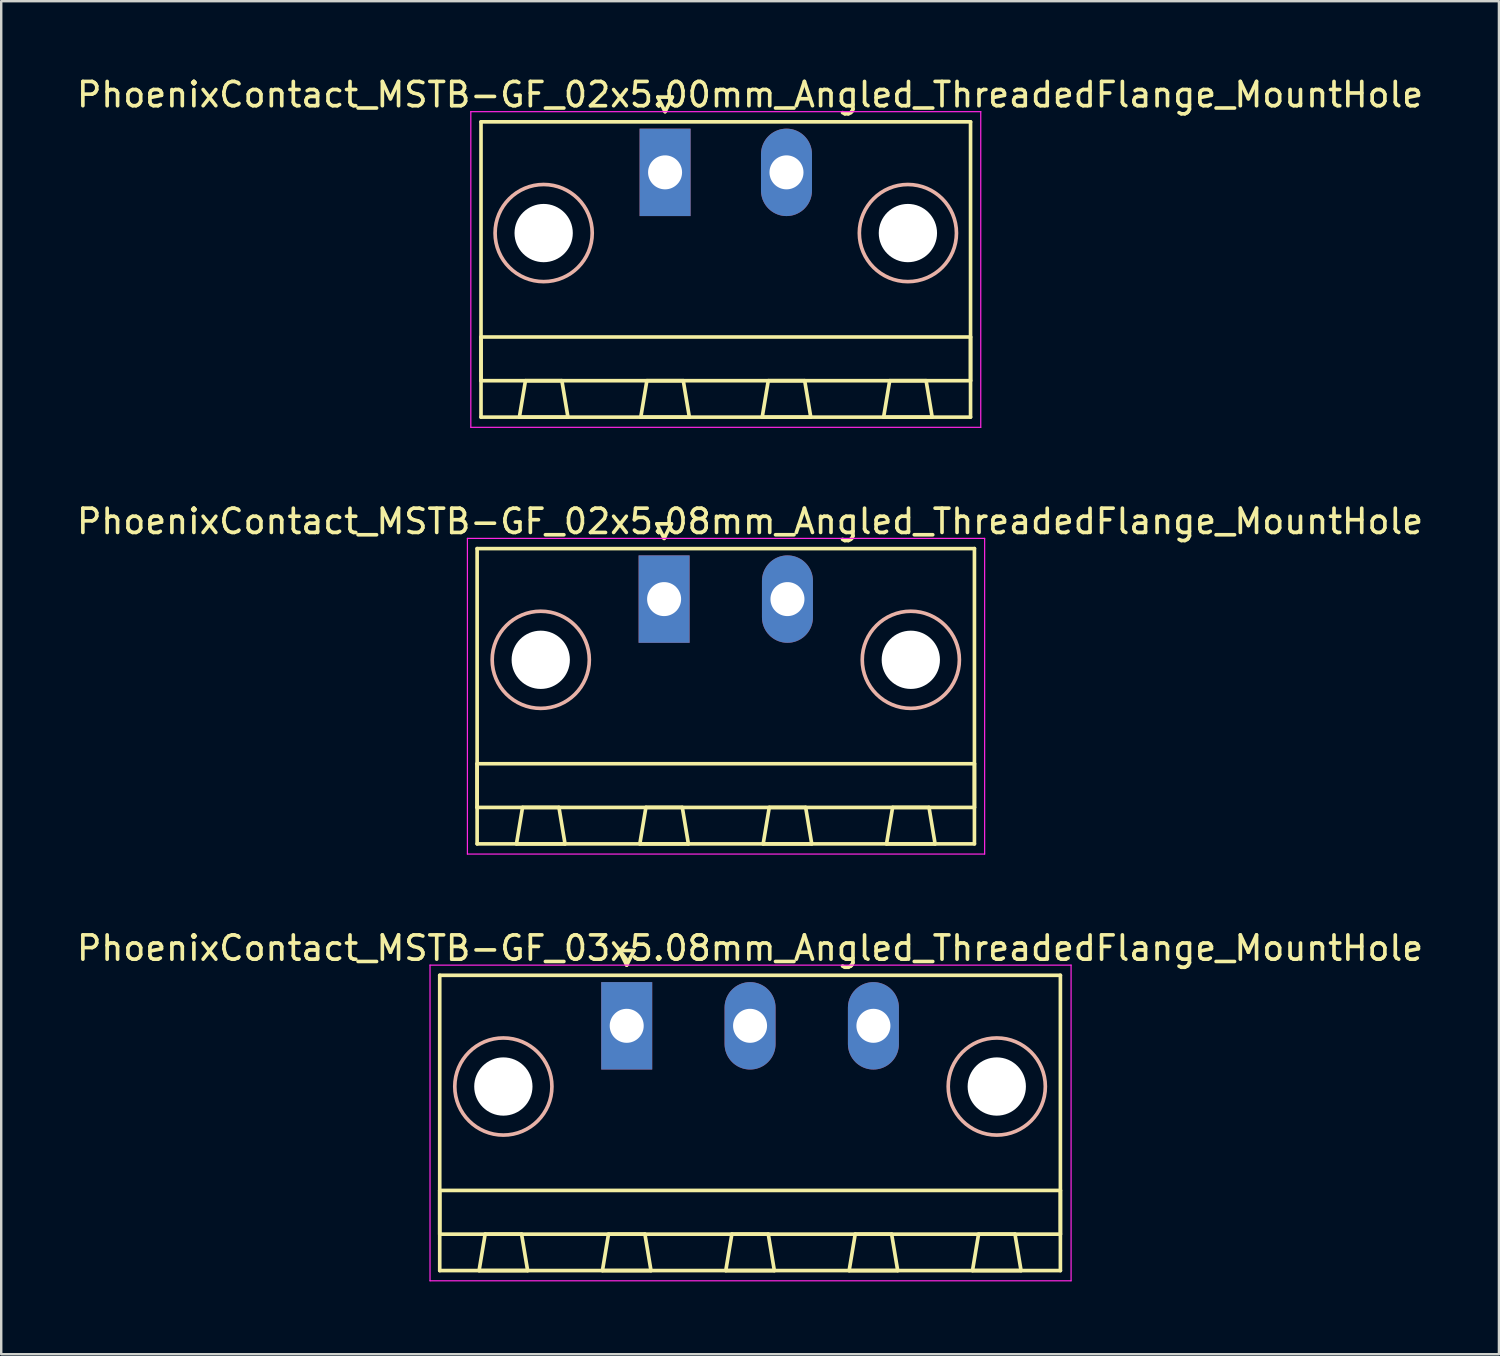
<source format=kicad_pcb>
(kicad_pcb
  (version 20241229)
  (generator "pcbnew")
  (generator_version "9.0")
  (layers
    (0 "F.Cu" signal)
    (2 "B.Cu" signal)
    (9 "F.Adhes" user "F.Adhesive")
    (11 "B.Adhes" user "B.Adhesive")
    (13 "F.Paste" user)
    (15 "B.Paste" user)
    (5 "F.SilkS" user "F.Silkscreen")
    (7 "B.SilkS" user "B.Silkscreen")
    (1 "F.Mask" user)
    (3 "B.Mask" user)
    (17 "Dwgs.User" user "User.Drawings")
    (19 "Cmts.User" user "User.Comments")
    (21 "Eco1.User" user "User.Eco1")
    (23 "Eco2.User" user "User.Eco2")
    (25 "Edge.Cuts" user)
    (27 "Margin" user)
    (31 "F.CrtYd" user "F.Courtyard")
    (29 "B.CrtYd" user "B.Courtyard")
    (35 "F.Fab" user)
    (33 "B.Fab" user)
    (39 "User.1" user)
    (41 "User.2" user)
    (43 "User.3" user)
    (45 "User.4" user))
  (footprint "PhoenixContact_MSTB-GF_02x5.08mm_Angled_ThreadedFlange_MountHole"
    (layer "F.Cu")
    (at 24.299 21.622)
    (property "Reference" "PhoenixContact_MSTB-GF_02x5.08mm_Angled_ThreadedFlange_MountHole" (at 3.54 -3.2 0) (layer "F.SilkS") (effects (font (size 1 1) (thickness 0.15))))
    (attr through_hole)
    (fp_line (start -7.7 -2.08) (end -7.7 10.08) (stroke (width 0.15) (type solid)) (layer "F.SilkS"))
    (fp_line (start -7.7 6.78) (end 12.78 6.78) (stroke (width 0.15) (type solid)) (layer "F.SilkS"))
    (fp_line (start -7.7 8.58) (end -7.7 6.78) (stroke (width 0.15) (type solid)) (layer "F.SilkS"))
    (fp_line (start -7.7 10.08) (end 12.78 10.08) (stroke (width 0.15) (type solid)) (layer "F.SilkS"))
    (fp_line (start -6.08 10.08) (end -4.08 10.08) (stroke (width 0.15) (type solid)) (layer "F.SilkS"))
    (fp_line (start -5.83 8.58) (end -6.08 10.08) (stroke (width 0.15) (type solid)) (layer "F.SilkS"))
    (fp_line (start -4.33 8.58) (end -5.83 8.58) (stroke (width 0.15) (type solid)) (layer "F.SilkS"))
    (fp_line (start -4.08 10.08) (end -4.33 8.58) (stroke (width 0.15) (type solid)) (layer "F.SilkS"))
    (fp_line (start -1 10.08) (end 1 10.08) (stroke (width 0.15) (type solid)) (layer "F.SilkS"))
    (fp_line (start -0.75 8.58) (end -1 10.08) (stroke (width 0.15) (type solid)) (layer "F.SilkS"))
    (fp_line (start -0.3 -3.1) (end 0 -2.5) (stroke (width 0.15) (type solid)) (layer "F.SilkS"))
    (fp_line (start 0 -2.5) (end 0.3 -3.1) (stroke (width 0.15) (type solid)) (layer "F.SilkS"))
    (fp_line (start 0.3 -3.1) (end -0.3 -3.1) (stroke (width 0.15) (type solid)) (layer "F.SilkS"))
    (fp_line (start 0.75 8.58) (end -0.75 8.58) (stroke (width 0.15) (type solid)) (layer "F.SilkS"))
    (fp_line (start 1 10.08) (end 0.75 8.58) (stroke (width 0.15) (type solid)) (layer "F.SilkS"))
    (fp_line (start 4.08 10.08) (end 6.08 10.08) (stroke (width 0.15) (type solid)) (layer "F.SilkS"))
    (fp_line (start 4.33 8.58) (end 4.08 10.08) (stroke (width 0.15) (type solid)) (layer "F.SilkS"))
    (fp_line (start 5.83 8.58) (end 4.33 8.58) (stroke (width 0.15) (type solid)) (layer "F.SilkS"))
    (fp_line (start 6.08 10.08) (end 5.83 8.58) (stroke (width 0.15) (type solid)) (layer "F.SilkS"))
    (fp_line (start 9.16 10.08) (end 11.16 10.08) (stroke (width 0.15) (type solid)) (layer "F.SilkS"))
    (fp_line (start 9.41 8.58) (end 9.16 10.08) (stroke (width 0.15) (type solid)) (layer "F.SilkS"))
    (fp_line (start 10.91 8.58) (end 9.41 8.58) (stroke (width 0.15) (type solid)) (layer "F.SilkS"))
    (fp_line (start 11.16 10.08) (end 10.91 8.58) (stroke (width 0.15) (type solid)) (layer "F.SilkS"))
    (fp_line (start 12.78 -2.08) (end -7.7 -2.08) (stroke (width 0.15) (type solid)) (layer "F.SilkS"))
    (fp_line (start 12.78 6.78) (end 12.78 8.58) (stroke (width 0.15) (type solid)) (layer "F.SilkS"))
    (fp_line (start 12.78 8.58) (end -7.7 8.58) (stroke (width 0.15) (type solid)) (layer "F.SilkS"))
    (fp_line (start 12.78 10.08) (end 12.78 -2.08) (stroke (width 0.15) (type solid)) (layer "F.SilkS"))
    (fp_circle (center -5.08 2.5) (end -3.08 2.5) (stroke (width 0.15) (type solid)) (fill no) (layer "B.SilkS"))
    (fp_circle (center 10.16 2.5) (end 12.16 2.5) (stroke (width 0.15) (type solid)) (fill no) (layer "B.SilkS"))
    (fp_line (start -8.1 -2.5) (end -8.1 10.5) (stroke (width 0.05) (type solid)) (layer "F.CrtYd"))
    (fp_line (start -8.1 10.5) (end 13.2 10.5) (stroke (width 0.05) (type solid)) (layer "F.CrtYd"))
    (fp_line (start 13.2 -2.5) (end -8.1 -2.5) (stroke (width 0.05) (type solid)) (layer "F.CrtYd"))
    (fp_line (start 13.2 10.5) (end 13.2 -2.5) (stroke (width 0.05) (type solid)) (layer "F.CrtYd"))
    (pad "" np_thru_hole circle (at -5.08 2.5) (size 2.4 2.4) (drill 2.4) (layers "*.Cu" "*.Mask"))
    (pad "" np_thru_hole circle (at 10.16 2.5) (size 2.4 2.4) (drill 2.4) (layers "*.Cu" "*.Mask"))
    (pad "1" thru_hole rect (at 0 0) (size 2.1 3.6) (drill 1.4) (layers "*.Cu" "*.Mask"))
    (pad "2" thru_hole oval (at 5.08 0) (size 2.1 3.6) (drill 1.4) (layers "*.Cu" "*.Mask")))
  (footprint "PhoenixContact_MSTB-GF_03x5.08mm_Angled_ThreadedFlange_MountHole"
    (layer "F.Cu")
    (at 22.759 39.195)
    (property "Reference" "PhoenixContact_MSTB-GF_03x5.08mm_Angled_ThreadedFlange_MountHole" (at 5.08 -3.2 0) (layer "F.SilkS") (effects (font (size 1 1) (thickness 0.15))))
    (attr through_hole)
    (fp_line (start -7.7 -2.08) (end -7.7 10.08) (stroke (width 0.15) (type solid)) (layer "F.SilkS"))
    (fp_line (start -7.7 6.78) (end 17.86 6.78) (stroke (width 0.15) (type solid)) (layer "F.SilkS"))
    (fp_line (start -7.7 8.58) (end -7.7 6.78) (stroke (width 0.15) (type solid)) (layer "F.SilkS"))
    (fp_line (start -7.7 10.08) (end 17.86 10.08) (stroke (width 0.15) (type solid)) (layer "F.SilkS"))
    (fp_line (start -6.08 10.08) (end -4.08 10.08) (stroke (width 0.15) (type solid)) (layer "F.SilkS"))
    (fp_line (start -5.83 8.58) (end -6.08 10.08) (stroke (width 0.15) (type solid)) (layer "F.SilkS"))
    (fp_line (start -4.33 8.58) (end -5.83 8.58) (stroke (width 0.15) (type solid)) (layer "F.SilkS"))
    (fp_line (start -4.08 10.08) (end -4.33 8.58) (stroke (width 0.15) (type solid)) (layer "F.SilkS"))
    (fp_line (start -1 10.08) (end 1 10.08) (stroke (width 0.15) (type solid)) (layer "F.SilkS"))
    (fp_line (start -0.75 8.58) (end -1 10.08) (stroke (width 0.15) (type solid)) (layer "F.SilkS"))
    (fp_line (start -0.3 -3.1) (end 0 -2.5) (stroke (width 0.15) (type solid)) (layer "F.SilkS"))
    (fp_line (start 0 -2.5) (end 0.3 -3.1) (stroke (width 0.15) (type solid)) (layer "F.SilkS"))
    (fp_line (start 0.3 -3.1) (end -0.3 -3.1) (stroke (width 0.15) (type solid)) (layer "F.SilkS"))
    (fp_line (start 0.75 8.58) (end -0.75 8.58) (stroke (width 0.15) (type solid)) (layer "F.SilkS"))
    (fp_line (start 1 10.08) (end 0.75 8.58) (stroke (width 0.15) (type solid)) (layer "F.SilkS"))
    (fp_line (start 4.08 10.08) (end 6.08 10.08) (stroke (width 0.15) (type solid)) (layer "F.SilkS"))
    (fp_line (start 4.33 8.58) (end 4.08 10.08) (stroke (width 0.15) (type solid)) (layer "F.SilkS"))
    (fp_line (start 5.83 8.58) (end 4.33 8.58) (stroke (width 0.15) (type solid)) (layer "F.SilkS"))
    (fp_line (start 6.08 10.08) (end 5.83 8.58) (stroke (width 0.15) (type solid)) (layer "F.SilkS"))
    (fp_line (start 9.16 10.08) (end 11.16 10.08) (stroke (width 0.15) (type solid)) (layer "F.SilkS"))
    (fp_line (start 9.41 8.58) (end 9.16 10.08) (stroke (width 0.15) (type solid)) (layer "F.SilkS"))
    (fp_line (start 10.91 8.58) (end 9.41 8.58) (stroke (width 0.15) (type solid)) (layer "F.SilkS"))
    (fp_line (start 11.16 10.08) (end 10.91 8.58) (stroke (width 0.15) (type solid)) (layer "F.SilkS"))
    (fp_line (start 14.24 10.08) (end 16.24 10.08) (stroke (width 0.15) (type solid)) (layer "F.SilkS"))
    (fp_line (start 14.49 8.58) (end 14.24 10.08) (stroke (width 0.15) (type solid)) (layer "F.SilkS"))
    (fp_line (start 15.99 8.58) (end 14.49 8.58) (stroke (width 0.15) (type solid)) (layer "F.SilkS"))
    (fp_line (start 16.24 10.08) (end 15.99 8.58) (stroke (width 0.15) (type solid)) (layer "F.SilkS"))
    (fp_line (start 17.86 -2.08) (end -7.7 -2.08) (stroke (width 0.15) (type solid)) (layer "F.SilkS"))
    (fp_line (start 17.86 6.78) (end 17.86 8.58) (stroke (width 0.15) (type solid)) (layer "F.SilkS"))
    (fp_line (start 17.86 8.58) (end -7.7 8.58) (stroke (width 0.15) (type solid)) (layer "F.SilkS"))
    (fp_line (start 17.86 10.08) (end 17.86 -2.08) (stroke (width 0.15) (type solid)) (layer "F.SilkS"))
    (fp_circle (center -5.08 2.5) (end -3.08 2.5) (stroke (width 0.15) (type solid)) (fill no) (layer "B.SilkS"))
    (fp_circle (center 15.24 2.5) (end 17.24 2.5) (stroke (width 0.15) (type solid)) (fill no) (layer "B.SilkS"))
    (fp_line (start -8.1 -2.5) (end -8.1 10.5) (stroke (width 0.05) (type solid)) (layer "F.CrtYd"))
    (fp_line (start -8.1 10.5) (end 18.3 10.5) (stroke (width 0.05) (type solid)) (layer "F.CrtYd"))
    (fp_line (start 18.3 -2.5) (end -8.1 -2.5) (stroke (width 0.05) (type solid)) (layer "F.CrtYd"))
    (fp_line (start 18.3 10.5) (end 18.3 -2.5) (stroke (width 0.05) (type solid)) (layer "F.CrtYd"))
    (pad "" np_thru_hole circle (at -5.08 2.5) (size 2.4 2.4) (drill 2.4) (layers "*.Cu" "*.Mask"))
    (pad "" np_thru_hole circle (at 15.24 2.5) (size 2.4 2.4) (drill 2.4) (layers "*.Cu" "*.Mask"))
    (pad "1" thru_hole rect (at 0 0) (size 2.1 3.6) (drill 1.4) (layers "*.Cu" "*.Mask"))
    (pad "2" thru_hole oval (at 5.08 0) (size 2.1 3.6) (drill 1.4) (layers "*.Cu" "*.Mask"))
    (pad "3" thru_hole oval (at 10.16 0) (size 2.1 3.6) (drill 1.4) (layers "*.Cu" "*.Mask")))
  (footprint "PhoenixContact_MSTB-GF_02x5.00mm_Angled_ThreadedFlange_MountHole"
    (layer "F.Cu")
    (at 24.339 4.048)
    (property "Reference" "PhoenixContact_MSTB-GF_02x5.00mm_Angled_ThreadedFlange_MountHole" (at 3.5 -3.2 0) (layer "F.SilkS") (effects (font (size 1 1) (thickness 0.15))))
    (attr through_hole)
    (fp_line (start -7.58 -2.08) (end -7.58 10.08) (stroke (width 0.15) (type solid)) (layer "F.SilkS"))
    (fp_line (start -7.58 6.78) (end 12.58 6.78) (stroke (width 0.15) (type solid)) (layer "F.SilkS"))
    (fp_line (start -7.58 8.58) (end -7.58 6.78) (stroke (width 0.15) (type solid)) (layer "F.SilkS"))
    (fp_line (start -7.58 10.08) (end 12.58 10.08) (stroke (width 0.15) (type solid)) (layer "F.SilkS"))
    (fp_line (start -6 10.08) (end -4 10.08) (stroke (width 0.15) (type solid)) (layer "F.SilkS"))
    (fp_line (start -5.75 8.58) (end -6 10.08) (stroke (width 0.15) (type solid)) (layer "F.SilkS"))
    (fp_line (start -4.25 8.58) (end -5.75 8.58) (stroke (width 0.15) (type solid)) (layer "F.SilkS"))
    (fp_line (start -4 10.08) (end -4.25 8.58) (stroke (width 0.15) (type solid)) (layer "F.SilkS"))
    (fp_line (start -1 10.08) (end 1 10.08) (stroke (width 0.15) (type solid)) (layer "F.SilkS"))
    (fp_line (start -0.75 8.58) (end -1 10.08) (stroke (width 0.15) (type solid)) (layer "F.SilkS"))
    (fp_line (start -0.3 -3.1) (end 0 -2.5) (stroke (width 0.15) (type solid)) (layer "F.SilkS"))
    (fp_line (start 0 -2.5) (end 0.3 -3.1) (stroke (width 0.15) (type solid)) (layer "F.SilkS"))
    (fp_line (start 0.3 -3.1) (end -0.3 -3.1) (stroke (width 0.15) (type solid)) (layer "F.SilkS"))
    (fp_line (start 0.75 8.58) (end -0.75 8.58) (stroke (width 0.15) (type solid)) (layer "F.SilkS"))
    (fp_line (start 1 10.08) (end 0.75 8.58) (stroke (width 0.15) (type solid)) (layer "F.SilkS"))
    (fp_line (start 4 10.08) (end 6 10.08) (stroke (width 0.15) (type solid)) (layer "F.SilkS"))
    (fp_line (start 4.25 8.58) (end 4 10.08) (stroke (width 0.15) (type solid)) (layer "F.SilkS"))
    (fp_line (start 5.75 8.58) (end 4.25 8.58) (stroke (width 0.15) (type solid)) (layer "F.SilkS"))
    (fp_line (start 6 10.08) (end 5.75 8.58) (stroke (width 0.15) (type solid)) (layer "F.SilkS"))
    (fp_line (start 9 10.08) (end 11 10.08) (stroke (width 0.15) (type solid)) (layer "F.SilkS"))
    (fp_line (start 9.25 8.58) (end 9 10.08) (stroke (width 0.15) (type solid)) (layer "F.SilkS"))
    (fp_line (start 10.75 8.58) (end 9.25 8.58) (stroke (width 0.15) (type solid)) (layer "F.SilkS"))
    (fp_line (start 11 10.08) (end 10.75 8.58) (stroke (width 0.15) (type solid)) (layer "F.SilkS"))
    (fp_line (start 12.58 -2.08) (end -7.58 -2.08) (stroke (width 0.15) (type solid)) (layer "F.SilkS"))
    (fp_line (start 12.58 6.78) (end 12.58 8.58) (stroke (width 0.15) (type solid)) (layer "F.SilkS"))
    (fp_line (start 12.58 8.58) (end -7.58 8.58) (stroke (width 0.15) (type solid)) (layer "F.SilkS"))
    (fp_line (start 12.58 10.08) (end 12.58 -2.08) (stroke (width 0.15) (type solid)) (layer "F.SilkS"))
    (fp_circle (center -5 2.5) (end -3 2.5) (stroke (width 0.15) (type solid)) (fill no) (layer "B.SilkS"))
    (fp_circle (center 10 2.5) (end 12 2.5) (stroke (width 0.15) (type solid)) (fill no) (layer "B.SilkS"))
    (fp_line (start -8 -2.5) (end -8 10.5) (stroke (width 0.05) (type solid)) (layer "F.CrtYd"))
    (fp_line (start -8 10.5) (end 13 10.5) (stroke (width 0.05) (type solid)) (layer "F.CrtYd"))
    (fp_line (start 13 -2.5) (end -8 -2.5) (stroke (width 0.05) (type solid)) (layer "F.CrtYd"))
    (fp_line (start 13 10.5) (end 13 -2.5) (stroke (width 0.05) (type solid)) (layer "F.CrtYd"))
    (pad "" np_thru_hole circle (at -5 2.5) (size 2.4 2.4) (drill 2.4) (layers "*.Cu" "*.Mask"))
    (pad "" np_thru_hole circle (at 10 2.5) (size 2.4 2.4) (drill 2.4) (layers "*.Cu" "*.Mask"))
    (pad "1" thru_hole rect (at 0 0) (size 2.1 3.6) (drill 1.4) (layers "*.Cu" "*.Mask"))
    (pad "2" thru_hole oval (at 5 0) (size 2.1 3.6) (drill 1.4) (layers "*.Cu" "*.Mask")))
  (gr_rect
    (start -3 -3)
    (end 58.679 52.72)
    (stroke (width 0.1) (type default))
    (fill no)
    (layer "Edge.Cuts")))
</source>
